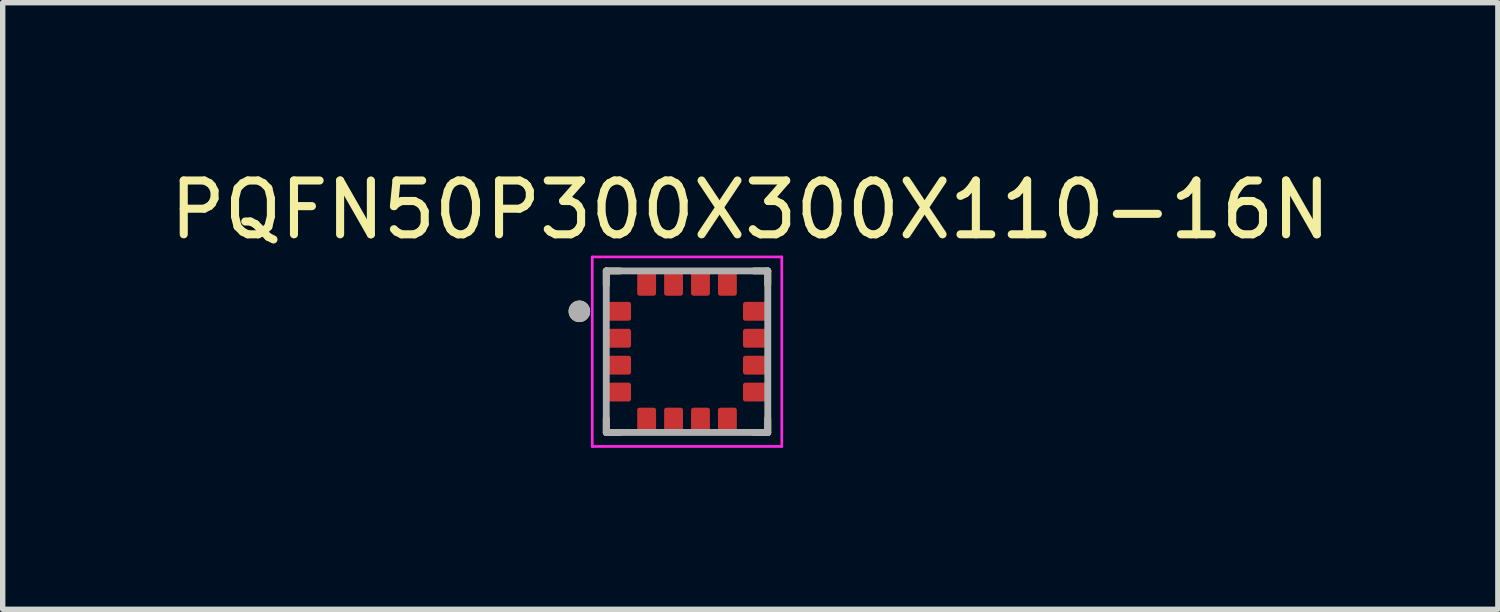
<source format=kicad_pcb>
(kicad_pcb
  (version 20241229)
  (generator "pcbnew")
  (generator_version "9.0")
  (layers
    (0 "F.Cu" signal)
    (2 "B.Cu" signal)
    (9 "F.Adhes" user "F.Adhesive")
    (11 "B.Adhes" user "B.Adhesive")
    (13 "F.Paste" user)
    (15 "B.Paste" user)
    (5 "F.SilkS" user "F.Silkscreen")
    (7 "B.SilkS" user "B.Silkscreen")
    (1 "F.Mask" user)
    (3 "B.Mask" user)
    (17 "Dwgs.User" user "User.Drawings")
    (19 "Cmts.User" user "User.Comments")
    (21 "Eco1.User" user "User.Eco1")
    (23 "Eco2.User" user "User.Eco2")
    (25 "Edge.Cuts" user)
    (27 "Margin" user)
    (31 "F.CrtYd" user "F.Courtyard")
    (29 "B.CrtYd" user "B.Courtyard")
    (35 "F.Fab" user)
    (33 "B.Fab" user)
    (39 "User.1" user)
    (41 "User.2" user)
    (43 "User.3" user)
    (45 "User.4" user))
  (footprint "PQFN50P300X300X110-16N"
    (layer "F.Cu")
    (at 9.712 3.483)
    (property "Reference" "PQFN50P300X300X110-16N" (at 1.175 -2.635 0) (layer "F.SilkS") (effects (font (size 1 1) (thickness 0.15))))
    (attr smd)
    (fp_poly (pts (xy -0.99 -0.881) (xy -0.99 -0.619) (xy -0.99 -0.614) (xy -0.991 -0.609) (xy -0.991 -0.604) (xy -0.992 -0.599) (xy -0.993 -0.595) (xy -0.995 -0.59) (xy -0.996 -0.585) (xy -0.998 -0.581) (xy -1 -0.576) (xy -1.003 -0.572) (xy -1.005 -0.568) (xy -1.008 -0.564) (xy -1.011 -0.56) (xy -1.014 -0.556) (xy -1.018 -0.553) (xy -1.021 -0.549) (xy -1.025 -0.546) (xy -1.029 -0.543) (xy -1.033 -0.54) (xy -1.037 -0.538) (xy -1.041 -0.535) (xy -1.046 -0.533) (xy -1.05 -0.531) (xy -1.055 -0.53) (xy -1.06 -0.528) (xy -1.064 -0.527) (xy -1.069 -0.526) (xy -1.074 -0.526) (xy -1.079 -0.525) (xy -1.084 -0.525) (xy -1.456 -0.525) (xy -1.461 -0.525) (xy -1.466 -0.526) (xy -1.471 -0.526) (xy -1.476 -0.527) (xy -1.48 -0.528) (xy -1.485 -0.53) (xy -1.49 -0.531) (xy -1.494 -0.533) (xy -1.499 -0.535) (xy -1.503 -0.538) (xy -1.507 -0.54) (xy -1.511 -0.543) (xy -1.515 -0.546) (xy -1.519 -0.549) (xy -1.522 -0.553) (xy -1.526 -0.556) (xy -1.529 -0.56) (xy -1.532 -0.564) (xy -1.535 -0.568) (xy -1.537 -0.572) (xy -1.54 -0.576) (xy -1.542 -0.581) (xy -1.544 -0.585) (xy -1.545 -0.59) (xy -1.547 -0.595) (xy -1.548 -0.599) (xy -1.549 -0.604) (xy -1.549 -0.609) (xy -1.55 -0.614) (xy -1.55 -0.619) (xy -1.55 -0.881) (xy -1.55 -0.886) (xy -1.549 -0.891) (xy -1.549 -0.896) (xy -1.548 -0.901) (xy -1.547 -0.905) (xy -1.545 -0.91) (xy -1.544 -0.915) (xy -1.542 -0.919) (xy -1.54 -0.924) (xy -1.537 -0.928) (xy -1.535 -0.932) (xy -1.532 -0.936) (xy -1.529 -0.94) (xy -1.526 -0.944) (xy -1.522 -0.947) (xy -1.519 -0.951) (xy -1.515 -0.954) (xy -1.511 -0.957) (xy -1.507 -0.96) (xy -1.503 -0.962) (xy -1.499 -0.965) (xy -1.494 -0.967) (xy -1.49 -0.969) (xy -1.485 -0.97) (xy -1.48 -0.972) (xy -1.476 -0.973) (xy -1.471 -0.974) (xy -1.466 -0.974) (xy -1.461 -0.975) (xy -1.456 -0.975) (xy -1.084 -0.975) (xy -1.079 -0.975) (xy -1.074 -0.974) (xy -1.069 -0.974) (xy -1.064 -0.973) (xy -1.06 -0.972) (xy -1.055 -0.97) (xy -1.05 -0.969) (xy -1.046 -0.967) (xy -1.041 -0.965) (xy -1.037 -0.962) (xy -1.033 -0.96) (xy -1.029 -0.957) (xy -1.025 -0.954) (xy -1.021 -0.951) (xy -1.018 -0.947) (xy -1.014 -0.944) (xy -1.011 -0.94) (xy -1.008 -0.936) (xy -1.005 -0.932) (xy -1.003 -0.928) (xy -1 -0.924) (xy -0.998 -0.919) (xy -0.996 -0.915) (xy -0.995 -0.91) (xy -0.993 -0.905) (xy -0.992 -0.901) (xy -0.991 -0.896) (xy -0.991 -0.891) (xy -0.99 -0.886) (xy -0.99 -0.881)) (stroke (width 0.01) (type solid)) (fill yes) (layer "F.Mask"))
    (fp_poly (pts (xy -0.99 -0.381) (xy -0.99 -0.119) (xy -0.99 -0.114) (xy -0.991 -0.109) (xy -0.991 -0.104) (xy -0.992 -0.099) (xy -0.993 -0.095) (xy -0.995 -0.09) (xy -0.996 -0.085) (xy -0.998 -0.081) (xy -1 -0.076) (xy -1.003 -0.072) (xy -1.005 -0.068) (xy -1.008 -0.064) (xy -1.011 -0.06) (xy -1.014 -0.056) (xy -1.018 -0.053) (xy -1.021 -0.049) (xy -1.025 -0.046) (xy -1.029 -0.043) (xy -1.033 -0.04) (xy -1.037 -0.038) (xy -1.041 -0.035) (xy -1.046 -0.033) (xy -1.05 -0.031) (xy -1.055 -0.03) (xy -1.06 -0.028) (xy -1.064 -0.027) (xy -1.069 -0.026) (xy -1.074 -0.026) (xy -1.079 -0.025) (xy -1.084 -0.025) (xy -1.456 -0.025) (xy -1.461 -0.025) (xy -1.466 -0.026) (xy -1.471 -0.026) (xy -1.476 -0.027) (xy -1.48 -0.028) (xy -1.485 -0.03) (xy -1.49 -0.031) (xy -1.494 -0.033) (xy -1.499 -0.035) (xy -1.503 -0.038) (xy -1.507 -0.04) (xy -1.511 -0.043) (xy -1.515 -0.046) (xy -1.519 -0.049) (xy -1.522 -0.053) (xy -1.526 -0.056) (xy -1.529 -0.06) (xy -1.532 -0.064) (xy -1.535 -0.068) (xy -1.537 -0.072) (xy -1.54 -0.076) (xy -1.542 -0.081) (xy -1.544 -0.085) (xy -1.545 -0.09) (xy -1.547 -0.095) (xy -1.548 -0.099) (xy -1.549 -0.104) (xy -1.549 -0.109) (xy -1.55 -0.114) (xy -1.55 -0.119) (xy -1.55 -0.381) (xy -1.55 -0.386) (xy -1.549 -0.391) (xy -1.549 -0.396) (xy -1.548 -0.401) (xy -1.547 -0.405) (xy -1.545 -0.41) (xy -1.544 -0.415) (xy -1.542 -0.419) (xy -1.54 -0.424) (xy -1.537 -0.428) (xy -1.535 -0.432) (xy -1.532 -0.436) (xy -1.529 -0.44) (xy -1.526 -0.444) (xy -1.522 -0.447) (xy -1.519 -0.451) (xy -1.515 -0.454) (xy -1.511 -0.457) (xy -1.507 -0.46) (xy -1.503 -0.462) (xy -1.499 -0.465) (xy -1.494 -0.467) (xy -1.49 -0.469) (xy -1.485 -0.47) (xy -1.48 -0.472) (xy -1.476 -0.473) (xy -1.471 -0.474) (xy -1.466 -0.474) (xy -1.461 -0.475) (xy -1.456 -0.475) (xy -1.084 -0.475) (xy -1.079 -0.475) (xy -1.074 -0.474) (xy -1.069 -0.474) (xy -1.064 -0.473) (xy -1.06 -0.472) (xy -1.055 -0.47) (xy -1.05 -0.469) (xy -1.046 -0.467) (xy -1.041 -0.465) (xy -1.037 -0.462) (xy -1.033 -0.46) (xy -1.029 -0.457) (xy -1.025 -0.454) (xy -1.021 -0.451) (xy -1.018 -0.447) (xy -1.014 -0.444) (xy -1.011 -0.44) (xy -1.008 -0.436) (xy -1.005 -0.432) (xy -1.003 -0.428) (xy -1 -0.424) (xy -0.998 -0.419) (xy -0.996 -0.415) (xy -0.995 -0.41) (xy -0.993 -0.405) (xy -0.992 -0.401) (xy -0.991 -0.396) (xy -0.991 -0.391) (xy -0.99 -0.386) (xy -0.99 -0.381)) (stroke (width 0.01) (type solid)) (fill yes) (layer "F.Mask"))
    (fp_poly (pts (xy -0.99 0.119) (xy -0.99 0.381) (xy -0.99 0.386) (xy -0.991 0.391) (xy -0.991 0.396) (xy -0.992 0.401) (xy -0.993 0.405) (xy -0.995 0.41) (xy -0.996 0.415) (xy -0.998 0.419) (xy -1 0.424) (xy -1.003 0.428) (xy -1.005 0.432) (xy -1.008 0.436) (xy -1.011 0.44) (xy -1.014 0.444) (xy -1.018 0.447) (xy -1.021 0.451) (xy -1.025 0.454) (xy -1.029 0.457) (xy -1.033 0.46) (xy -1.037 0.462) (xy -1.041 0.465) (xy -1.046 0.467) (xy -1.05 0.469) (xy -1.055 0.47) (xy -1.06 0.472) (xy -1.064 0.473) (xy -1.069 0.474) (xy -1.074 0.474) (xy -1.079 0.475) (xy -1.084 0.475) (xy -1.456 0.475) (xy -1.461 0.475) (xy -1.466 0.474) (xy -1.471 0.474) (xy -1.476 0.473) (xy -1.48 0.472) (xy -1.485 0.47) (xy -1.49 0.469) (xy -1.494 0.467) (xy -1.499 0.465) (xy -1.503 0.462) (xy -1.507 0.46) (xy -1.511 0.457) (xy -1.515 0.454) (xy -1.519 0.451) (xy -1.522 0.447) (xy -1.526 0.444) (xy -1.529 0.44) (xy -1.532 0.436) (xy -1.535 0.432) (xy -1.537 0.428) (xy -1.54 0.424) (xy -1.542 0.419) (xy -1.544 0.415) (xy -1.545 0.41) (xy -1.547 0.405) (xy -1.548 0.401) (xy -1.549 0.396) (xy -1.549 0.391) (xy -1.55 0.386) (xy -1.55 0.381) (xy -1.55 0.119) (xy -1.55 0.114) (xy -1.549 0.109) (xy -1.549 0.104) (xy -1.548 0.099) (xy -1.547 0.095) (xy -1.545 0.09) (xy -1.544 0.085) (xy -1.542 0.081) (xy -1.54 0.076) (xy -1.537 0.072) (xy -1.535 0.068) (xy -1.532 0.064) (xy -1.529 0.06) (xy -1.526 0.056) (xy -1.522 0.053) (xy -1.519 0.049) (xy -1.515 0.046) (xy -1.511 0.043) (xy -1.507 0.04) (xy -1.503 0.038) (xy -1.499 0.035) (xy -1.494 0.033) (xy -1.49 0.031) (xy -1.485 0.03) (xy -1.48 0.028) (xy -1.476 0.027) (xy -1.471 0.026) (xy -1.466 0.026) (xy -1.461 0.025) (xy -1.456 0.025) (xy -1.084 0.025) (xy -1.079 0.025) (xy -1.074 0.026) (xy -1.069 0.026) (xy -1.064 0.027) (xy -1.06 0.028) (xy -1.055 0.03) (xy -1.05 0.031) (xy -1.046 0.033) (xy -1.041 0.035) (xy -1.037 0.038) (xy -1.033 0.04) (xy -1.029 0.043) (xy -1.025 0.046) (xy -1.021 0.049) (xy -1.018 0.053) (xy -1.014 0.056) (xy -1.011 0.06) (xy -1.008 0.064) (xy -1.005 0.068) (xy -1.003 0.072) (xy -1 0.076) (xy -0.998 0.081) (xy -0.996 0.085) (xy -0.995 0.09) (xy -0.993 0.095) (xy -0.992 0.099) (xy -0.991 0.104) (xy -0.991 0.109) (xy -0.99 0.114) (xy -0.99 0.119)) (stroke (width 0.01) (type solid)) (fill yes) (layer "F.Mask"))
    (fp_poly (pts (xy -0.99 0.619) (xy -0.99 0.881) (xy -0.99 0.886) (xy -0.991 0.891) (xy -0.991 0.896) (xy -0.992 0.901) (xy -0.993 0.905) (xy -0.995 0.91) (xy -0.996 0.915) (xy -0.998 0.919) (xy -1 0.924) (xy -1.003 0.928) (xy -1.005 0.932) (xy -1.008 0.936) (xy -1.011 0.94) (xy -1.014 0.944) (xy -1.018 0.947) (xy -1.021 0.951) (xy -1.025 0.954) (xy -1.029 0.957) (xy -1.033 0.96) (xy -1.037 0.962) (xy -1.041 0.965) (xy -1.046 0.967) (xy -1.05 0.969) (xy -1.055 0.97) (xy -1.06 0.972) (xy -1.064 0.973) (xy -1.069 0.974) (xy -1.074 0.974) (xy -1.079 0.975) (xy -1.084 0.975) (xy -1.456 0.975) (xy -1.461 0.975) (xy -1.466 0.974) (xy -1.471 0.974) (xy -1.476 0.973) (xy -1.48 0.972) (xy -1.485 0.97) (xy -1.49 0.969) (xy -1.494 0.967) (xy -1.499 0.965) (xy -1.503 0.962) (xy -1.507 0.96) (xy -1.511 0.957) (xy -1.515 0.954) (xy -1.519 0.951) (xy -1.522 0.947) (xy -1.526 0.944) (xy -1.529 0.94) (xy -1.532 0.936) (xy -1.535 0.932) (xy -1.537 0.928) (xy -1.54 0.924) (xy -1.542 0.919) (xy -1.544 0.915) (xy -1.545 0.91) (xy -1.547 0.905) (xy -1.548 0.901) (xy -1.549 0.896) (xy -1.549 0.891) (xy -1.55 0.886) (xy -1.55 0.881) (xy -1.55 0.619) (xy -1.55 0.614) (xy -1.549 0.609) (xy -1.549 0.604) (xy -1.548 0.599) (xy -1.547 0.595) (xy -1.545 0.59) (xy -1.544 0.585) (xy -1.542 0.581) (xy -1.54 0.576) (xy -1.537 0.572) (xy -1.535 0.568) (xy -1.532 0.564) (xy -1.529 0.56) (xy -1.526 0.556) (xy -1.522 0.553) (xy -1.519 0.549) (xy -1.515 0.546) (xy -1.511 0.543) (xy -1.507 0.54) (xy -1.503 0.538) (xy -1.499 0.535) (xy -1.494 0.533) (xy -1.49 0.531) (xy -1.485 0.53) (xy -1.48 0.528) (xy -1.476 0.527) (xy -1.471 0.526) (xy -1.466 0.526) (xy -1.461 0.525) (xy -1.456 0.525) (xy -1.084 0.525) (xy -1.079 0.525) (xy -1.074 0.526) (xy -1.069 0.526) (xy -1.064 0.527) (xy -1.06 0.528) (xy -1.055 0.53) (xy -1.05 0.531) (xy -1.046 0.533) (xy -1.041 0.535) (xy -1.037 0.538) (xy -1.033 0.54) (xy -1.029 0.543) (xy -1.025 0.546) (xy -1.021 0.549) (xy -1.018 0.553) (xy -1.014 0.556) (xy -1.011 0.56) (xy -1.008 0.564) (xy -1.005 0.568) (xy -1.003 0.572) (xy -1 0.576) (xy -0.998 0.581) (xy -0.996 0.585) (xy -0.995 0.59) (xy -0.993 0.595) (xy -0.992 0.599) (xy -0.991 0.604) (xy -0.991 0.609) (xy -0.99 0.614) (xy -0.99 0.619)) (stroke (width 0.01) (type solid)) (fill yes) (layer "F.Mask"))
    (fp_poly (pts (xy -0.881 0.99) (xy -0.619 0.99) (xy -0.614 0.99) (xy -0.609 0.991) (xy -0.604 0.991) (xy -0.599 0.992) (xy -0.595 0.993) (xy -0.59 0.995) (xy -0.585 0.996) (xy -0.581 0.998) (xy -0.576 1) (xy -0.572 1.003) (xy -0.568 1.005) (xy -0.564 1.008) (xy -0.56 1.011) (xy -0.556 1.014) (xy -0.553 1.018) (xy -0.549 1.021) (xy -0.546 1.025) (xy -0.543 1.029) (xy -0.54 1.033) (xy -0.538 1.037) (xy -0.535 1.041) (xy -0.533 1.046) (xy -0.531 1.05) (xy -0.53 1.055) (xy -0.528 1.06) (xy -0.527 1.064) (xy -0.526 1.069) (xy -0.526 1.074) (xy -0.525 1.079) (xy -0.525 1.084) (xy -0.525 1.456) (xy -0.525 1.461) (xy -0.526 1.466) (xy -0.526 1.471) (xy -0.527 1.476) (xy -0.528 1.48) (xy -0.53 1.485) (xy -0.531 1.49) (xy -0.533 1.494) (xy -0.535 1.499) (xy -0.538 1.503) (xy -0.54 1.507) (xy -0.543 1.511) (xy -0.546 1.515) (xy -0.549 1.519) (xy -0.553 1.522) (xy -0.556 1.526) (xy -0.56 1.529) (xy -0.564 1.532) (xy -0.568 1.535) (xy -0.572 1.537) (xy -0.576 1.54) (xy -0.581 1.542) (xy -0.585 1.544) (xy -0.59 1.545) (xy -0.595 1.547) (xy -0.599 1.548) (xy -0.604 1.549) (xy -0.609 1.549) (xy -0.614 1.55) (xy -0.619 1.55) (xy -0.881 1.55) (xy -0.886 1.55) (xy -0.891 1.549) (xy -0.896 1.549) (xy -0.901 1.548) (xy -0.905 1.547) (xy -0.91 1.545) (xy -0.915 1.544) (xy -0.919 1.542) (xy -0.924 1.54) (xy -0.928 1.537) (xy -0.932 1.535) (xy -0.936 1.532) (xy -0.94 1.529) (xy -0.944 1.526) (xy -0.947 1.522) (xy -0.951 1.519) (xy -0.954 1.515) (xy -0.957 1.511) (xy -0.96 1.507) (xy -0.962 1.503) (xy -0.965 1.499) (xy -0.967 1.494) (xy -0.969 1.49) (xy -0.97 1.485) (xy -0.972 1.48) (xy -0.973 1.476) (xy -0.974 1.471) (xy -0.974 1.466) (xy -0.975 1.461) (xy -0.975 1.456) (xy -0.975 1.084) (xy -0.975 1.079) (xy -0.974 1.074) (xy -0.974 1.069) (xy -0.973 1.064) (xy -0.972 1.06) (xy -0.97 1.055) (xy -0.969 1.05) (xy -0.967 1.046) (xy -0.965 1.041) (xy -0.962 1.037) (xy -0.96 1.033) (xy -0.957 1.029) (xy -0.954 1.025) (xy -0.951 1.021) (xy -0.947 1.018) (xy -0.944 1.014) (xy -0.94 1.011) (xy -0.936 1.008) (xy -0.932 1.005) (xy -0.928 1.003) (xy -0.924 1) (xy -0.919 0.998) (xy -0.915 0.996) (xy -0.91 0.995) (xy -0.905 0.993) (xy -0.901 0.992) (xy -0.896 0.991) (xy -0.891 0.991) (xy -0.886 0.99) (xy -0.881 0.99)) (stroke (width 0.01) (type solid)) (fill yes) (layer "F.Mask"))
    (fp_poly (pts (xy -0.619 -0.99) (xy -0.881 -0.99) (xy -0.886 -0.99) (xy -0.891 -0.991) (xy -0.896 -0.991) (xy -0.901 -0.992) (xy -0.905 -0.993) (xy -0.91 -0.995) (xy -0.915 -0.996) (xy -0.919 -0.998) (xy -0.924 -1) (xy -0.928 -1.003) (xy -0.932 -1.005) (xy -0.936 -1.008) (xy -0.94 -1.011) (xy -0.944 -1.014) (xy -0.947 -1.018) (xy -0.951 -1.021) (xy -0.954 -1.025) (xy -0.957 -1.029) (xy -0.96 -1.033) (xy -0.962 -1.037) (xy -0.965 -1.041) (xy -0.967 -1.046) (xy -0.969 -1.05) (xy -0.97 -1.055) (xy -0.972 -1.06) (xy -0.973 -1.064) (xy -0.974 -1.069) (xy -0.974 -1.074) (xy -0.975 -1.079) (xy -0.975 -1.084) (xy -0.975 -1.456) (xy -0.975 -1.461) (xy -0.974 -1.466) (xy -0.974 -1.471) (xy -0.973 -1.476) (xy -0.972 -1.48) (xy -0.97 -1.485) (xy -0.969 -1.49) (xy -0.967 -1.494) (xy -0.965 -1.499) (xy -0.962 -1.503) (xy -0.96 -1.507) (xy -0.957 -1.511) (xy -0.954 -1.515) (xy -0.951 -1.519) (xy -0.947 -1.522) (xy -0.944 -1.526) (xy -0.94 -1.529) (xy -0.936 -1.532) (xy -0.932 -1.535) (xy -0.928 -1.537) (xy -0.924 -1.54) (xy -0.919 -1.542) (xy -0.915 -1.544) (xy -0.91 -1.545) (xy -0.905 -1.547) (xy -0.901 -1.548) (xy -0.896 -1.549) (xy -0.891 -1.549) (xy -0.886 -1.55) (xy -0.881 -1.55) (xy -0.619 -1.55) (xy -0.614 -1.55) (xy -0.609 -1.549) (xy -0.604 -1.549) (xy -0.599 -1.548) (xy -0.595 -1.547) (xy -0.59 -1.545) (xy -0.585 -1.544) (xy -0.581 -1.542) (xy -0.576 -1.54) (xy -0.572 -1.537) (xy -0.568 -1.535) (xy -0.564 -1.532) (xy -0.56 -1.529) (xy -0.556 -1.526) (xy -0.553 -1.522) (xy -0.549 -1.519) (xy -0.546 -1.515) (xy -0.543 -1.511) (xy -0.54 -1.507) (xy -0.538 -1.503) (xy -0.535 -1.499) (xy -0.533 -1.494) (xy -0.531 -1.49) (xy -0.53 -1.485) (xy -0.528 -1.48) (xy -0.527 -1.476) (xy -0.526 -1.471) (xy -0.526 -1.466) (xy -0.525 -1.461) (xy -0.525 -1.456) (xy -0.525 -1.084) (xy -0.525 -1.079) (xy -0.526 -1.074) (xy -0.526 -1.069) (xy -0.527 -1.064) (xy -0.528 -1.06) (xy -0.53 -1.055) (xy -0.531 -1.05) (xy -0.533 -1.046) (xy -0.535 -1.041) (xy -0.538 -1.037) (xy -0.54 -1.033) (xy -0.543 -1.029) (xy -0.546 -1.025) (xy -0.549 -1.021) (xy -0.553 -1.018) (xy -0.556 -1.014) (xy -0.56 -1.011) (xy -0.564 -1.008) (xy -0.568 -1.005) (xy -0.572 -1.003) (xy -0.576 -1) (xy -0.581 -0.998) (xy -0.585 -0.996) (xy -0.59 -0.995) (xy -0.595 -0.993) (xy -0.599 -0.992) (xy -0.604 -0.991) (xy -0.609 -0.991) (xy -0.614 -0.99) (xy -0.619 -0.99)) (stroke (width 0.01) (type solid)) (fill yes) (layer "F.Mask"))
    (fp_poly (pts (xy -0.381 0.99) (xy -0.119 0.99) (xy -0.114 0.99) (xy -0.109 0.991) (xy -0.104 0.991) (xy -0.099 0.992) (xy -0.095 0.993) (xy -0.09 0.995) (xy -0.085 0.996) (xy -0.081 0.998) (xy -0.076 1) (xy -0.072 1.003) (xy -0.068 1.005) (xy -0.064 1.008) (xy -0.06 1.011) (xy -0.056 1.014) (xy -0.053 1.018) (xy -0.049 1.021) (xy -0.046 1.025) (xy -0.043 1.029) (xy -0.04 1.033) (xy -0.038 1.037) (xy -0.035 1.041) (xy -0.033 1.046) (xy -0.031 1.05) (xy -0.03 1.055) (xy -0.028 1.06) (xy -0.027 1.064) (xy -0.026 1.069) (xy -0.026 1.074) (xy -0.025 1.079) (xy -0.025 1.084) (xy -0.025 1.456) (xy -0.025 1.461) (xy -0.026 1.466) (xy -0.026 1.471) (xy -0.027 1.476) (xy -0.028 1.48) (xy -0.03 1.485) (xy -0.031 1.49) (xy -0.033 1.494) (xy -0.035 1.499) (xy -0.038 1.503) (xy -0.04 1.507) (xy -0.043 1.511) (xy -0.046 1.515) (xy -0.049 1.519) (xy -0.053 1.522) (xy -0.056 1.526) (xy -0.06 1.529) (xy -0.064 1.532) (xy -0.068 1.535) (xy -0.072 1.537) (xy -0.076 1.54) (xy -0.081 1.542) (xy -0.085 1.544) (xy -0.09 1.545) (xy -0.095 1.547) (xy -0.099 1.548) (xy -0.104 1.549) (xy -0.109 1.549) (xy -0.114 1.55) (xy -0.119 1.55) (xy -0.381 1.55) (xy -0.386 1.55) (xy -0.391 1.549) (xy -0.396 1.549) (xy -0.401 1.548) (xy -0.405 1.547) (xy -0.41 1.545) (xy -0.415 1.544) (xy -0.419 1.542) (xy -0.424 1.54) (xy -0.428 1.537) (xy -0.432 1.535) (xy -0.436 1.532) (xy -0.44 1.529) (xy -0.444 1.526) (xy -0.447 1.522) (xy -0.451 1.519) (xy -0.454 1.515) (xy -0.457 1.511) (xy -0.46 1.507) (xy -0.462 1.503) (xy -0.465 1.499) (xy -0.467 1.494) (xy -0.469 1.49) (xy -0.47 1.485) (xy -0.472 1.48) (xy -0.473 1.476) (xy -0.474 1.471) (xy -0.474 1.466) (xy -0.475 1.461) (xy -0.475 1.456) (xy -0.475 1.084) (xy -0.475 1.079) (xy -0.474 1.074) (xy -0.474 1.069) (xy -0.473 1.064) (xy -0.472 1.06) (xy -0.47 1.055) (xy -0.469 1.05) (xy -0.467 1.046) (xy -0.465 1.041) (xy -0.462 1.037) (xy -0.46 1.033) (xy -0.457 1.029) (xy -0.454 1.025) (xy -0.451 1.021) (xy -0.447 1.018) (xy -0.444 1.014) (xy -0.44 1.011) (xy -0.436 1.008) (xy -0.432 1.005) (xy -0.428 1.003) (xy -0.424 1) (xy -0.419 0.998) (xy -0.415 0.996) (xy -0.41 0.995) (xy -0.405 0.993) (xy -0.401 0.992) (xy -0.396 0.991) (xy -0.391 0.991) (xy -0.386 0.99) (xy -0.381 0.99)) (stroke (width 0.01) (type solid)) (fill yes) (layer "F.Mask"))
    (fp_poly (pts (xy -0.119 -0.99) (xy -0.381 -0.99) (xy -0.386 -0.99) (xy -0.391 -0.991) (xy -0.396 -0.991) (xy -0.401 -0.992) (xy -0.405 -0.993) (xy -0.41 -0.995) (xy -0.415 -0.996) (xy -0.419 -0.998) (xy -0.424 -1) (xy -0.428 -1.003) (xy -0.432 -1.005) (xy -0.436 -1.008) (xy -0.44 -1.011) (xy -0.444 -1.014) (xy -0.447 -1.018) (xy -0.451 -1.021) (xy -0.454 -1.025) (xy -0.457 -1.029) (xy -0.46 -1.033) (xy -0.462 -1.037) (xy -0.465 -1.041) (xy -0.467 -1.046) (xy -0.469 -1.05) (xy -0.47 -1.055) (xy -0.472 -1.06) (xy -0.473 -1.064) (xy -0.474 -1.069) (xy -0.474 -1.074) (xy -0.475 -1.079) (xy -0.475 -1.084) (xy -0.475 -1.456) (xy -0.475 -1.461) (xy -0.474 -1.466) (xy -0.474 -1.471) (xy -0.473 -1.476) (xy -0.472 -1.48) (xy -0.47 -1.485) (xy -0.469 -1.49) (xy -0.467 -1.494) (xy -0.465 -1.499) (xy -0.462 -1.503) (xy -0.46 -1.507) (xy -0.457 -1.511) (xy -0.454 -1.515) (xy -0.451 -1.519) (xy -0.447 -1.522) (xy -0.444 -1.526) (xy -0.44 -1.529) (xy -0.436 -1.532) (xy -0.432 -1.535) (xy -0.428 -1.537) (xy -0.424 -1.54) (xy -0.419 -1.542) (xy -0.415 -1.544) (xy -0.41 -1.545) (xy -0.405 -1.547) (xy -0.401 -1.548) (xy -0.396 -1.549) (xy -0.391 -1.549) (xy -0.386 -1.55) (xy -0.381 -1.55) (xy -0.119 -1.55) (xy -0.114 -1.55) (xy -0.109 -1.549) (xy -0.104 -1.549) (xy -0.099 -1.548) (xy -0.095 -1.547) (xy -0.09 -1.545) (xy -0.085 -1.544) (xy -0.081 -1.542) (xy -0.076 -1.54) (xy -0.072 -1.537) (xy -0.068 -1.535) (xy -0.064 -1.532) (xy -0.06 -1.529) (xy -0.056 -1.526) (xy -0.053 -1.522) (xy -0.049 -1.519) (xy -0.046 -1.515) (xy -0.043 -1.511) (xy -0.04 -1.507) (xy -0.038 -1.503) (xy -0.035 -1.499) (xy -0.033 -1.494) (xy -0.031 -1.49) (xy -0.03 -1.485) (xy -0.028 -1.48) (xy -0.027 -1.476) (xy -0.026 -1.471) (xy -0.026 -1.466) (xy -0.025 -1.461) (xy -0.025 -1.456) (xy -0.025 -1.084) (xy -0.025 -1.079) (xy -0.026 -1.074) (xy -0.026 -1.069) (xy -0.027 -1.064) (xy -0.028 -1.06) (xy -0.03 -1.055) (xy -0.031 -1.05) (xy -0.033 -1.046) (xy -0.035 -1.041) (xy -0.038 -1.037) (xy -0.04 -1.033) (xy -0.043 -1.029) (xy -0.046 -1.025) (xy -0.049 -1.021) (xy -0.053 -1.018) (xy -0.056 -1.014) (xy -0.06 -1.011) (xy -0.064 -1.008) (xy -0.068 -1.005) (xy -0.072 -1.003) (xy -0.076 -1) (xy -0.081 -0.998) (xy -0.085 -0.996) (xy -0.09 -0.995) (xy -0.095 -0.993) (xy -0.099 -0.992) (xy -0.104 -0.991) (xy -0.109 -0.991) (xy -0.114 -0.99) (xy -0.119 -0.99)) (stroke (width 0.01) (type solid)) (fill yes) (layer "F.Mask"))
    (fp_poly (pts (xy 0.119 0.99) (xy 0.381 0.99) (xy 0.386 0.99) (xy 0.391 0.991) (xy 0.396 0.991) (xy 0.401 0.992) (xy 0.405 0.993) (xy 0.41 0.995) (xy 0.415 0.996) (xy 0.419 0.998) (xy 0.424 1) (xy 0.428 1.003) (xy 0.432 1.005) (xy 0.436 1.008) (xy 0.44 1.011) (xy 0.444 1.014) (xy 0.447 1.018) (xy 0.451 1.021) (xy 0.454 1.025) (xy 0.457 1.029) (xy 0.46 1.033) (xy 0.462 1.037) (xy 0.465 1.041) (xy 0.467 1.046) (xy 0.469 1.05) (xy 0.47 1.055) (xy 0.472 1.06) (xy 0.473 1.064) (xy 0.474 1.069) (xy 0.474 1.074) (xy 0.475 1.079) (xy 0.475 1.084) (xy 0.475 1.456) (xy 0.475 1.461) (xy 0.474 1.466) (xy 0.474 1.471) (xy 0.473 1.476) (xy 0.472 1.48) (xy 0.47 1.485) (xy 0.469 1.49) (xy 0.467 1.494) (xy 0.465 1.499) (xy 0.462 1.503) (xy 0.46 1.507) (xy 0.457 1.511) (xy 0.454 1.515) (xy 0.451 1.519) (xy 0.447 1.522) (xy 0.444 1.526) (xy 0.44 1.529) (xy 0.436 1.532) (xy 0.432 1.535) (xy 0.428 1.537) (xy 0.424 1.54) (xy 0.419 1.542) (xy 0.415 1.544) (xy 0.41 1.545) (xy 0.405 1.547) (xy 0.401 1.548) (xy 0.396 1.549) (xy 0.391 1.549) (xy 0.386 1.55) (xy 0.381 1.55) (xy 0.119 1.55) (xy 0.114 1.55) (xy 0.109 1.549) (xy 0.104 1.549) (xy 0.099 1.548) (xy 0.095 1.547) (xy 0.09 1.545) (xy 0.085 1.544) (xy 0.081 1.542) (xy 0.076 1.54) (xy 0.072 1.537) (xy 0.068 1.535) (xy 0.064 1.532) (xy 0.06 1.529) (xy 0.056 1.526) (xy 0.053 1.522) (xy 0.049 1.519) (xy 0.046 1.515) (xy 0.043 1.511) (xy 0.04 1.507) (xy 0.038 1.503) (xy 0.035 1.499) (xy 0.033 1.494) (xy 0.031 1.49) (xy 0.03 1.485) (xy 0.028 1.48) (xy 0.027 1.476) (xy 0.026 1.471) (xy 0.026 1.466) (xy 0.025 1.461) (xy 0.025 1.456) (xy 0.025 1.084) (xy 0.025 1.079) (xy 0.026 1.074) (xy 0.026 1.069) (xy 0.027 1.064) (xy 0.028 1.06) (xy 0.03 1.055) (xy 0.031 1.05) (xy 0.033 1.046) (xy 0.035 1.041) (xy 0.038 1.037) (xy 0.04 1.033) (xy 0.043 1.029) (xy 0.046 1.025) (xy 0.049 1.021) (xy 0.053 1.018) (xy 0.056 1.014) (xy 0.06 1.011) (xy 0.064 1.008) (xy 0.068 1.005) (xy 0.072 1.003) (xy 0.076 1) (xy 0.081 0.998) (xy 0.085 0.996) (xy 0.09 0.995) (xy 0.095 0.993) (xy 0.099 0.992) (xy 0.104 0.991) (xy 0.109 0.991) (xy 0.114 0.99) (xy 0.119 0.99)) (stroke (width 0.01) (type solid)) (fill yes) (layer "F.Mask"))
    (fp_poly (pts (xy 0.381 -0.99) (xy 0.119 -0.99) (xy 0.114 -0.99) (xy 0.109 -0.991) (xy 0.104 -0.991) (xy 0.099 -0.992) (xy 0.095 -0.993) (xy 0.09 -0.995) (xy 0.085 -0.996) (xy 0.081 -0.998) (xy 0.076 -1) (xy 0.072 -1.003) (xy 0.068 -1.005) (xy 0.064 -1.008) (xy 0.06 -1.011) (xy 0.056 -1.014) (xy 0.053 -1.018) (xy 0.049 -1.021) (xy 0.046 -1.025) (xy 0.043 -1.029) (xy 0.04 -1.033) (xy 0.038 -1.037) (xy 0.035 -1.041) (xy 0.033 -1.046) (xy 0.031 -1.05) (xy 0.03 -1.055) (xy 0.028 -1.06) (xy 0.027 -1.064) (xy 0.026 -1.069) (xy 0.026 -1.074) (xy 0.025 -1.079) (xy 0.025 -1.084) (xy 0.025 -1.456) (xy 0.025 -1.461) (xy 0.026 -1.466) (xy 0.026 -1.471) (xy 0.027 -1.476) (xy 0.028 -1.48) (xy 0.03 -1.485) (xy 0.031 -1.49) (xy 0.033 -1.494) (xy 0.035 -1.499) (xy 0.038 -1.503) (xy 0.04 -1.507) (xy 0.043 -1.511) (xy 0.046 -1.515) (xy 0.049 -1.519) (xy 0.053 -1.522) (xy 0.056 -1.526) (xy 0.06 -1.529) (xy 0.064 -1.532) (xy 0.068 -1.535) (xy 0.072 -1.537) (xy 0.076 -1.54) (xy 0.081 -1.542) (xy 0.085 -1.544) (xy 0.09 -1.545) (xy 0.095 -1.547) (xy 0.099 -1.548) (xy 0.104 -1.549) (xy 0.109 -1.549) (xy 0.114 -1.55) (xy 0.119 -1.55) (xy 0.381 -1.55) (xy 0.386 -1.55) (xy 0.391 -1.549) (xy 0.396 -1.549) (xy 0.401 -1.548) (xy 0.405 -1.547) (xy 0.41 -1.545) (xy 0.415 -1.544) (xy 0.419 -1.542) (xy 0.424 -1.54) (xy 0.428 -1.537) (xy 0.432 -1.535) (xy 0.436 -1.532) (xy 0.44 -1.529) (xy 0.444 -1.526) (xy 0.447 -1.522) (xy 0.451 -1.519) (xy 0.454 -1.515) (xy 0.457 -1.511) (xy 0.46 -1.507) (xy 0.462 -1.503) (xy 0.465 -1.499) (xy 0.467 -1.494) (xy 0.469 -1.49) (xy 0.47 -1.485) (xy 0.472 -1.48) (xy 0.473 -1.476) (xy 0.474 -1.471) (xy 0.474 -1.466) (xy 0.475 -1.461) (xy 0.475 -1.456) (xy 0.475 -1.084) (xy 0.475 -1.079) (xy 0.474 -1.074) (xy 0.474 -1.069) (xy 0.473 -1.064) (xy 0.472 -1.06) (xy 0.47 -1.055) (xy 0.469 -1.05) (xy 0.467 -1.046) (xy 0.465 -1.041) (xy 0.462 -1.037) (xy 0.46 -1.033) (xy 0.457 -1.029) (xy 0.454 -1.025) (xy 0.451 -1.021) (xy 0.447 -1.018) (xy 0.444 -1.014) (xy 0.44 -1.011) (xy 0.436 -1.008) (xy 0.432 -1.005) (xy 0.428 -1.003) (xy 0.424 -1) (xy 0.419 -0.998) (xy 0.415 -0.996) (xy 0.41 -0.995) (xy 0.405 -0.993) (xy 0.401 -0.992) (xy 0.396 -0.991) (xy 0.391 -0.991) (xy 0.386 -0.99) (xy 0.381 -0.99)) (stroke (width 0.01) (type solid)) (fill yes) (layer "F.Mask"))
    (fp_poly (pts (xy 0.619 0.99) (xy 0.881 0.99) (xy 0.886 0.99) (xy 0.891 0.991) (xy 0.896 0.991) (xy 0.901 0.992) (xy 0.905 0.993) (xy 0.91 0.995) (xy 0.915 0.996) (xy 0.919 0.998) (xy 0.924 1) (xy 0.928 1.003) (xy 0.932 1.005) (xy 0.936 1.008) (xy 0.94 1.011) (xy 0.944 1.014) (xy 0.947 1.018) (xy 0.951 1.021) (xy 0.954 1.025) (xy 0.957 1.029) (xy 0.96 1.033) (xy 0.962 1.037) (xy 0.965 1.041) (xy 0.967 1.046) (xy 0.969 1.05) (xy 0.97 1.055) (xy 0.972 1.06) (xy 0.973 1.064) (xy 0.974 1.069) (xy 0.974 1.074) (xy 0.975 1.079) (xy 0.975 1.084) (xy 0.975 1.456) (xy 0.975 1.461) (xy 0.974 1.466) (xy 0.974 1.471) (xy 0.973 1.476) (xy 0.972 1.48) (xy 0.97 1.485) (xy 0.969 1.49) (xy 0.967 1.494) (xy 0.965 1.499) (xy 0.962 1.503) (xy 0.96 1.507) (xy 0.957 1.511) (xy 0.954 1.515) (xy 0.951 1.519) (xy 0.947 1.522) (xy 0.944 1.526) (xy 0.94 1.529) (xy 0.936 1.532) (xy 0.932 1.535) (xy 0.928 1.537) (xy 0.924 1.54) (xy 0.919 1.542) (xy 0.915 1.544) (xy 0.91 1.545) (xy 0.905 1.547) (xy 0.901 1.548) (xy 0.896 1.549) (xy 0.891 1.549) (xy 0.886 1.55) (xy 0.881 1.55) (xy 0.619 1.55) (xy 0.614 1.55) (xy 0.609 1.549) (xy 0.604 1.549) (xy 0.599 1.548) (xy 0.595 1.547) (xy 0.59 1.545) (xy 0.585 1.544) (xy 0.581 1.542) (xy 0.576 1.54) (xy 0.572 1.537) (xy 0.568 1.535) (xy 0.564 1.532) (xy 0.56 1.529) (xy 0.556 1.526) (xy 0.553 1.522) (xy 0.549 1.519) (xy 0.546 1.515) (xy 0.543 1.511) (xy 0.54 1.507) (xy 0.538 1.503) (xy 0.535 1.499) (xy 0.533 1.494) (xy 0.531 1.49) (xy 0.53 1.485) (xy 0.528 1.48) (xy 0.527 1.476) (xy 0.526 1.471) (xy 0.526 1.466) (xy 0.525 1.461) (xy 0.525 1.456) (xy 0.525 1.084) (xy 0.525 1.079) (xy 0.526 1.074) (xy 0.526 1.069) (xy 0.527 1.064) (xy 0.528 1.06) (xy 0.53 1.055) (xy 0.531 1.05) (xy 0.533 1.046) (xy 0.535 1.041) (xy 0.538 1.037) (xy 0.54 1.033) (xy 0.543 1.029) (xy 0.546 1.025) (xy 0.549 1.021) (xy 0.553 1.018) (xy 0.556 1.014) (xy 0.56 1.011) (xy 0.564 1.008) (xy 0.568 1.005) (xy 0.572 1.003) (xy 0.576 1) (xy 0.581 0.998) (xy 0.585 0.996) (xy 0.59 0.995) (xy 0.595 0.993) (xy 0.599 0.992) (xy 0.604 0.991) (xy 0.609 0.991) (xy 0.614 0.99) (xy 0.619 0.99)) (stroke (width 0.01) (type solid)) (fill yes) (layer "F.Mask"))
    (fp_poly (pts (xy 0.881 -0.99) (xy 0.619 -0.99) (xy 0.614 -0.99) (xy 0.609 -0.991) (xy 0.604 -0.991) (xy 0.599 -0.992) (xy 0.595 -0.993) (xy 0.59 -0.995) (xy 0.585 -0.996) (xy 0.581 -0.998) (xy 0.576 -1) (xy 0.572 -1.003) (xy 0.568 -1.005) (xy 0.564 -1.008) (xy 0.56 -1.011) (xy 0.556 -1.014) (xy 0.553 -1.018) (xy 0.549 -1.021) (xy 0.546 -1.025) (xy 0.543 -1.029) (xy 0.54 -1.033) (xy 0.538 -1.037) (xy 0.535 -1.041) (xy 0.533 -1.046) (xy 0.531 -1.05) (xy 0.53 -1.055) (xy 0.528 -1.06) (xy 0.527 -1.064) (xy 0.526 -1.069) (xy 0.526 -1.074) (xy 0.525 -1.079) (xy 0.525 -1.084) (xy 0.525 -1.456) (xy 0.525 -1.461) (xy 0.526 -1.466) (xy 0.526 -1.471) (xy 0.527 -1.476) (xy 0.528 -1.48) (xy 0.53 -1.485) (xy 0.531 -1.49) (xy 0.533 -1.494) (xy 0.535 -1.499) (xy 0.538 -1.503) (xy 0.54 -1.507) (xy 0.543 -1.511) (xy 0.546 -1.515) (xy 0.549 -1.519) (xy 0.553 -1.522) (xy 0.556 -1.526) (xy 0.56 -1.529) (xy 0.564 -1.532) (xy 0.568 -1.535) (xy 0.572 -1.537) (xy 0.576 -1.54) (xy 0.581 -1.542) (xy 0.585 -1.544) (xy 0.59 -1.545) (xy 0.595 -1.547) (xy 0.599 -1.548) (xy 0.604 -1.549) (xy 0.609 -1.549) (xy 0.614 -1.55) (xy 0.619 -1.55) (xy 0.881 -1.55) (xy 0.886 -1.55) (xy 0.891 -1.549) (xy 0.896 -1.549) (xy 0.901 -1.548) (xy 0.905 -1.547) (xy 0.91 -1.545) (xy 0.915 -1.544) (xy 0.919 -1.542) (xy 0.924 -1.54) (xy 0.928 -1.537) (xy 0.932 -1.535) (xy 0.936 -1.532) (xy 0.94 -1.529) (xy 0.944 -1.526) (xy 0.947 -1.522) (xy 0.951 -1.519) (xy 0.954 -1.515) (xy 0.957 -1.511) (xy 0.96 -1.507) (xy 0.962 -1.503) (xy 0.965 -1.499) (xy 0.967 -1.494) (xy 0.969 -1.49) (xy 0.97 -1.485) (xy 0.972 -1.48) (xy 0.973 -1.476) (xy 0.974 -1.471) (xy 0.974 -1.466) (xy 0.975 -1.461) (xy 0.975 -1.456) (xy 0.975 -1.084) (xy 0.975 -1.079) (xy 0.974 -1.074) (xy 0.974 -1.069) (xy 0.973 -1.064) (xy 0.972 -1.06) (xy 0.97 -1.055) (xy 0.969 -1.05) (xy 0.967 -1.046) (xy 0.965 -1.041) (xy 0.962 -1.037) (xy 0.96 -1.033) (xy 0.957 -1.029) (xy 0.954 -1.025) (xy 0.951 -1.021) (xy 0.947 -1.018) (xy 0.944 -1.014) (xy 0.94 -1.011) (xy 0.936 -1.008) (xy 0.932 -1.005) (xy 0.928 -1.003) (xy 0.924 -1) (xy 0.919 -0.998) (xy 0.915 -0.996) (xy 0.91 -0.995) (xy 0.905 -0.993) (xy 0.901 -0.992) (xy 0.896 -0.991) (xy 0.891 -0.991) (xy 0.886 -0.99) (xy 0.881 -0.99)) (stroke (width 0.01) (type solid)) (fill yes) (layer "F.Mask"))
    (fp_poly (pts (xy 0.99 -0.619) (xy 0.99 -0.881) (xy 0.99 -0.886) (xy 0.991 -0.891) (xy 0.991 -0.896) (xy 0.992 -0.901) (xy 0.993 -0.905) (xy 0.995 -0.91) (xy 0.996 -0.915) (xy 0.998 -0.919) (xy 1 -0.924) (xy 1.003 -0.928) (xy 1.005 -0.932) (xy 1.008 -0.936) (xy 1.011 -0.94) (xy 1.014 -0.944) (xy 1.018 -0.947) (xy 1.021 -0.951) (xy 1.025 -0.954) (xy 1.029 -0.957) (xy 1.033 -0.96) (xy 1.037 -0.962) (xy 1.041 -0.965) (xy 1.046 -0.967) (xy 1.05 -0.969) (xy 1.055 -0.97) (xy 1.06 -0.972) (xy 1.064 -0.973) (xy 1.069 -0.974) (xy 1.074 -0.974) (xy 1.079 -0.975) (xy 1.084 -0.975) (xy 1.456 -0.975) (xy 1.461 -0.975) (xy 1.466 -0.974) (xy 1.471 -0.974) (xy 1.476 -0.973) (xy 1.48 -0.972) (xy 1.485 -0.97) (xy 1.49 -0.969) (xy 1.494 -0.967) (xy 1.499 -0.965) (xy 1.503 -0.962) (xy 1.507 -0.96) (xy 1.511 -0.957) (xy 1.515 -0.954) (xy 1.519 -0.951) (xy 1.522 -0.947) (xy 1.526 -0.944) (xy 1.529 -0.94) (xy 1.532 -0.936) (xy 1.535 -0.932) (xy 1.537 -0.928) (xy 1.54 -0.924) (xy 1.542 -0.919) (xy 1.544 -0.915) (xy 1.545 -0.91) (xy 1.547 -0.905) (xy 1.548 -0.901) (xy 1.549 -0.896) (xy 1.549 -0.891) (xy 1.55 -0.886) (xy 1.55 -0.881) (xy 1.55 -0.619) (xy 1.55 -0.614) (xy 1.549 -0.609) (xy 1.549 -0.604) (xy 1.548 -0.599) (xy 1.547 -0.595) (xy 1.545 -0.59) (xy 1.544 -0.585) (xy 1.542 -0.581) (xy 1.54 -0.576) (xy 1.537 -0.572) (xy 1.535 -0.568) (xy 1.532 -0.564) (xy 1.529 -0.56) (xy 1.526 -0.556) (xy 1.522 -0.553) (xy 1.519 -0.549) (xy 1.515 -0.546) (xy 1.511 -0.543) (xy 1.507 -0.54) (xy 1.503 -0.538) (xy 1.499 -0.535) (xy 1.494 -0.533) (xy 1.49 -0.531) (xy 1.485 -0.53) (xy 1.48 -0.528) (xy 1.476 -0.527) (xy 1.471 -0.526) (xy 1.466 -0.526) (xy 1.461 -0.525) (xy 1.456 -0.525) (xy 1.084 -0.525) (xy 1.079 -0.525) (xy 1.074 -0.526) (xy 1.069 -0.526) (xy 1.064 -0.527) (xy 1.06 -0.528) (xy 1.055 -0.53) (xy 1.05 -0.531) (xy 1.046 -0.533) (xy 1.041 -0.535) (xy 1.037 -0.538) (xy 1.033 -0.54) (xy 1.029 -0.543) (xy 1.025 -0.546) (xy 1.021 -0.549) (xy 1.018 -0.553) (xy 1.014 -0.556) (xy 1.011 -0.56) (xy 1.008 -0.564) (xy 1.005 -0.568) (xy 1.003 -0.572) (xy 1 -0.576) (xy 0.998 -0.581) (xy 0.996 -0.585) (xy 0.995 -0.59) (xy 0.993 -0.595) (xy 0.992 -0.599) (xy 0.991 -0.604) (xy 0.991 -0.609) (xy 0.99 -0.614) (xy 0.99 -0.619)) (stroke (width 0.01) (type solid)) (fill yes) (layer "F.Mask"))
    (fp_poly (pts (xy 0.99 -0.119) (xy 0.99 -0.381) (xy 0.99 -0.386) (xy 0.991 -0.391) (xy 0.991 -0.396) (xy 0.992 -0.401) (xy 0.993 -0.405) (xy 0.995 -0.41) (xy 0.996 -0.415) (xy 0.998 -0.419) (xy 1 -0.424) (xy 1.003 -0.428) (xy 1.005 -0.432) (xy 1.008 -0.436) (xy 1.011 -0.44) (xy 1.014 -0.444) (xy 1.018 -0.447) (xy 1.021 -0.451) (xy 1.025 -0.454) (xy 1.029 -0.457) (xy 1.033 -0.46) (xy 1.037 -0.462) (xy 1.041 -0.465) (xy 1.046 -0.467) (xy 1.05 -0.469) (xy 1.055 -0.47) (xy 1.06 -0.472) (xy 1.064 -0.473) (xy 1.069 -0.474) (xy 1.074 -0.474) (xy 1.079 -0.475) (xy 1.084 -0.475) (xy 1.456 -0.475) (xy 1.461 -0.475) (xy 1.466 -0.474) (xy 1.471 -0.474) (xy 1.476 -0.473) (xy 1.48 -0.472) (xy 1.485 -0.47) (xy 1.49 -0.469) (xy 1.494 -0.467) (xy 1.499 -0.465) (xy 1.503 -0.462) (xy 1.507 -0.46) (xy 1.511 -0.457) (xy 1.515 -0.454) (xy 1.519 -0.451) (xy 1.522 -0.447) (xy 1.526 -0.444) (xy 1.529 -0.44) (xy 1.532 -0.436) (xy 1.535 -0.432) (xy 1.537 -0.428) (xy 1.54 -0.424) (xy 1.542 -0.419) (xy 1.544 -0.415) (xy 1.545 -0.41) (xy 1.547 -0.405) (xy 1.548 -0.401) (xy 1.549 -0.396) (xy 1.549 -0.391) (xy 1.55 -0.386) (xy 1.55 -0.381) (xy 1.55 -0.119) (xy 1.55 -0.114) (xy 1.549 -0.109) (xy 1.549 -0.104) (xy 1.548 -0.099) (xy 1.547 -0.095) (xy 1.545 -0.09) (xy 1.544 -0.085) (xy 1.542 -0.081) (xy 1.54 -0.076) (xy 1.537 -0.072) (xy 1.535 -0.068) (xy 1.532 -0.064) (xy 1.529 -0.06) (xy 1.526 -0.056) (xy 1.522 -0.053) (xy 1.519 -0.049) (xy 1.515 -0.046) (xy 1.511 -0.043) (xy 1.507 -0.04) (xy 1.503 -0.038) (xy 1.499 -0.035) (xy 1.494 -0.033) (xy 1.49 -0.031) (xy 1.485 -0.03) (xy 1.48 -0.028) (xy 1.476 -0.027) (xy 1.471 -0.026) (xy 1.466 -0.026) (xy 1.461 -0.025) (xy 1.456 -0.025) (xy 1.084 -0.025) (xy 1.079 -0.025) (xy 1.074 -0.026) (xy 1.069 -0.026) (xy 1.064 -0.027) (xy 1.06 -0.028) (xy 1.055 -0.03) (xy 1.05 -0.031) (xy 1.046 -0.033) (xy 1.041 -0.035) (xy 1.037 -0.038) (xy 1.033 -0.04) (xy 1.029 -0.043) (xy 1.025 -0.046) (xy 1.021 -0.049) (xy 1.018 -0.053) (xy 1.014 -0.056) (xy 1.011 -0.06) (xy 1.008 -0.064) (xy 1.005 -0.068) (xy 1.003 -0.072) (xy 1 -0.076) (xy 0.998 -0.081) (xy 0.996 -0.085) (xy 0.995 -0.09) (xy 0.993 -0.095) (xy 0.992 -0.099) (xy 0.991 -0.104) (xy 0.991 -0.109) (xy 0.99 -0.114) (xy 0.99 -0.119)) (stroke (width 0.01) (type solid)) (fill yes) (layer "F.Mask"))
    (fp_poly (pts (xy 0.99 0.381) (xy 0.99 0.119) (xy 0.99 0.114) (xy 0.991 0.109) (xy 0.991 0.104) (xy 0.992 0.099) (xy 0.993 0.095) (xy 0.995 0.09) (xy 0.996 0.085) (xy 0.998 0.081) (xy 1 0.076) (xy 1.003 0.072) (xy 1.005 0.068) (xy 1.008 0.064) (xy 1.011 0.06) (xy 1.014 0.056) (xy 1.018 0.053) (xy 1.021 0.049) (xy 1.025 0.046) (xy 1.029 0.043) (xy 1.033 0.04) (xy 1.037 0.038) (xy 1.041 0.035) (xy 1.046 0.033) (xy 1.05 0.031) (xy 1.055 0.03) (xy 1.06 0.028) (xy 1.064 0.027) (xy 1.069 0.026) (xy 1.074 0.026) (xy 1.079 0.025) (xy 1.084 0.025) (xy 1.456 0.025) (xy 1.461 0.025) (xy 1.466 0.026) (xy 1.471 0.026) (xy 1.476 0.027) (xy 1.48 0.028) (xy 1.485 0.03) (xy 1.49 0.031) (xy 1.494 0.033) (xy 1.499 0.035) (xy 1.503 0.038) (xy 1.507 0.04) (xy 1.511 0.043) (xy 1.515 0.046) (xy 1.519 0.049) (xy 1.522 0.053) (xy 1.526 0.056) (xy 1.529 0.06) (xy 1.532 0.064) (xy 1.535 0.068) (xy 1.537 0.072) (xy 1.54 0.076) (xy 1.542 0.081) (xy 1.544 0.085) (xy 1.545 0.09) (xy 1.547 0.095) (xy 1.548 0.099) (xy 1.549 0.104) (xy 1.549 0.109) (xy 1.55 0.114) (xy 1.55 0.119) (xy 1.55 0.381) (xy 1.55 0.386) (xy 1.549 0.391) (xy 1.549 0.396) (xy 1.548 0.401) (xy 1.547 0.405) (xy 1.545 0.41) (xy 1.544 0.415) (xy 1.542 0.419) (xy 1.54 0.424) (xy 1.537 0.428) (xy 1.535 0.432) (xy 1.532 0.436) (xy 1.529 0.44) (xy 1.526 0.444) (xy 1.522 0.447) (xy 1.519 0.451) (xy 1.515 0.454) (xy 1.511 0.457) (xy 1.507 0.46) (xy 1.503 0.462) (xy 1.499 0.465) (xy 1.494 0.467) (xy 1.49 0.469) (xy 1.485 0.47) (xy 1.48 0.472) (xy 1.476 0.473) (xy 1.471 0.474) (xy 1.466 0.474) (xy 1.461 0.475) (xy 1.456 0.475) (xy 1.084 0.475) (xy 1.079 0.475) (xy 1.074 0.474) (xy 1.069 0.474) (xy 1.064 0.473) (xy 1.06 0.472) (xy 1.055 0.47) (xy 1.05 0.469) (xy 1.046 0.467) (xy 1.041 0.465) (xy 1.037 0.462) (xy 1.033 0.46) (xy 1.029 0.457) (xy 1.025 0.454) (xy 1.021 0.451) (xy 1.018 0.447) (xy 1.014 0.444) (xy 1.011 0.44) (xy 1.008 0.436) (xy 1.005 0.432) (xy 1.003 0.428) (xy 1 0.424) (xy 0.998 0.419) (xy 0.996 0.415) (xy 0.995 0.41) (xy 0.993 0.405) (xy 0.992 0.401) (xy 0.991 0.396) (xy 0.991 0.391) (xy 0.99 0.386) (xy 0.99 0.381)) (stroke (width 0.01) (type solid)) (fill yes) (layer "F.Mask"))
    (fp_poly (pts (xy 0.99 0.881) (xy 0.99 0.619) (xy 0.99 0.614) (xy 0.991 0.609) (xy 0.991 0.604) (xy 0.992 0.599) (xy 0.993 0.595) (xy 0.995 0.59) (xy 0.996 0.585) (xy 0.998 0.581) (xy 1 0.576) (xy 1.003 0.572) (xy 1.005 0.568) (xy 1.008 0.564) (xy 1.011 0.56) (xy 1.014 0.556) (xy 1.018 0.553) (xy 1.021 0.549) (xy 1.025 0.546) (xy 1.029 0.543) (xy 1.033 0.54) (xy 1.037 0.538) (xy 1.041 0.535) (xy 1.046 0.533) (xy 1.05 0.531) (xy 1.055 0.53) (xy 1.06 0.528) (xy 1.064 0.527) (xy 1.069 0.526) (xy 1.074 0.526) (xy 1.079 0.525) (xy 1.084 0.525) (xy 1.456 0.525) (xy 1.461 0.525) (xy 1.466 0.526) (xy 1.471 0.526) (xy 1.476 0.527) (xy 1.48 0.528) (xy 1.485 0.53) (xy 1.49 0.531) (xy 1.494 0.533) (xy 1.499 0.535) (xy 1.503 0.538) (xy 1.507 0.54) (xy 1.511 0.543) (xy 1.515 0.546) (xy 1.519 0.549) (xy 1.522 0.553) (xy 1.526 0.556) (xy 1.529 0.56) (xy 1.532 0.564) (xy 1.535 0.568) (xy 1.537 0.572) (xy 1.54 0.576) (xy 1.542 0.581) (xy 1.544 0.585) (xy 1.545 0.59) (xy 1.547 0.595) (xy 1.548 0.599) (xy 1.549 0.604) (xy 1.549 0.609) (xy 1.55 0.614) (xy 1.55 0.619) (xy 1.55 0.881) (xy 1.55 0.886) (xy 1.549 0.891) (xy 1.549 0.896) (xy 1.548 0.901) (xy 1.547 0.905) (xy 1.545 0.91) (xy 1.544 0.915) (xy 1.542 0.919) (xy 1.54 0.924) (xy 1.537 0.928) (xy 1.535 0.932) (xy 1.532 0.936) (xy 1.529 0.94) (xy 1.526 0.944) (xy 1.522 0.947) (xy 1.519 0.951) (xy 1.515 0.954) (xy 1.511 0.957) (xy 1.507 0.96) (xy 1.503 0.962) (xy 1.499 0.965) (xy 1.494 0.967) (xy 1.49 0.969) (xy 1.485 0.97) (xy 1.48 0.972) (xy 1.476 0.973) (xy 1.471 0.974) (xy 1.466 0.974) (xy 1.461 0.975) (xy 1.456 0.975) (xy 1.084 0.975) (xy 1.079 0.975) (xy 1.074 0.974) (xy 1.069 0.974) (xy 1.064 0.973) (xy 1.06 0.972) (xy 1.055 0.97) (xy 1.05 0.969) (xy 1.046 0.967) (xy 1.041 0.965) (xy 1.037 0.962) (xy 1.033 0.96) (xy 1.029 0.957) (xy 1.025 0.954) (xy 1.021 0.951) (xy 1.018 0.947) (xy 1.014 0.944) (xy 1.011 0.94) (xy 1.008 0.936) (xy 1.005 0.932) (xy 1.003 0.928) (xy 1 0.924) (xy 0.998 0.919) (xy 0.996 0.915) (xy 0.995 0.91) (xy 0.993 0.905) (xy 0.992 0.901) (xy 0.991 0.896) (xy 0.991 0.891) (xy 0.99 0.886) (xy 0.99 0.881)) (stroke (width 0.01) (type solid)) (fill yes) (layer "F.Mask"))
    (fp_line (start -1.5 -1.5) (end -1.5 -1.245) (stroke (width 0.127) (type solid)) (layer "F.SilkS"))
    (fp_line (start -1.5 1.245) (end -1.5 1.5) (stroke (width 0.127) (type solid)) (layer "F.SilkS"))
    (fp_line (start -1.5 1.5) (end -1.245 1.5) (stroke (width 0.127) (type solid)) (layer "F.SilkS"))
    (fp_line (start -1.245 -1.5) (end -1.5 -1.5) (stroke (width 0.127) (type solid)) (layer "F.SilkS"))
    (fp_line (start 1.245 1.5) (end 1.5 1.5) (stroke (width 0.127) (type solid)) (layer "F.SilkS"))
    (fp_line (start 1.5 -1.5) (end 1.245 -1.5) (stroke (width 0.127) (type solid)) (layer "F.SilkS"))
    (fp_line (start 1.5 -1.245) (end 1.5 -1.5) (stroke (width 0.127) (type solid)) (layer "F.SilkS"))
    (fp_line (start 1.5 1.5) (end 1.5 1.245) (stroke (width 0.127) (type solid)) (layer "F.SilkS"))
    (fp_circle (center -2 -0.75) (end -1.9 -0.75) (stroke (width 0.2) (type solid)) (fill no) (layer "F.SilkS"))
    (fp_line (start -1.76 -1.76) (end 1.76 -1.76) (stroke (width 0.05) (type solid)) (layer "F.CrtYd"))
    (fp_line (start -1.76 1.76) (end -1.76 -1.76) (stroke (width 0.05) (type solid)) (layer "F.CrtYd"))
    (fp_line (start 1.76 -1.76) (end 1.76 1.76) (stroke (width 0.05) (type solid)) (layer "F.CrtYd"))
    (fp_line (start 1.76 1.76) (end -1.76 1.76) (stroke (width 0.05) (type solid)) (layer "F.CrtYd"))
    (fp_line (start -1.5 -1.5) (end 1.5 -1.5) (stroke (width 0.127) (type solid)) (layer "F.Fab"))
    (fp_line (start -1.5 1.5) (end -1.5 -1.5) (stroke (width 0.127) (type solid)) (layer "F.Fab"))
    (fp_line (start 1.5 -1.5) (end 1.5 1.5) (stroke (width 0.127) (type solid)) (layer "F.Fab"))
    (fp_line (start 1.5 1.5) (end -1.5 1.5) (stroke (width 0.127) (type solid)) (layer "F.Fab"))
    (fp_circle (center -2 -0.75) (end -1.9 -0.75) (stroke (width 0.2) (type solid)) (fill no) (layer "F.Fab"))
    (pad "1" smd roundrect (at -1.27 -0.75) (size 0.46 0.35) (layers "F.Cu" "F.Paste") (roundrect_rratio 0.125))
    (pad "2" smd roundrect (at -1.27 -0.25) (size 0.46 0.35) (layers "F.Cu" "F.Paste") (roundrect_rratio 0.125))
    (pad "3" smd roundrect (at -1.27 0.25) (size 0.46 0.35) (layers "F.Cu" "F.Paste") (roundrect_rratio 0.125))
    (pad "4" smd roundrect (at -1.27 0.75) (size 0.46 0.35) (layers "F.Cu" "F.Paste") (roundrect_rratio 0.125))
    (pad "5" smd roundrect (at -0.75 1.27) (size 0.35 0.46) (layers "F.Cu" "F.Paste") (roundrect_rratio 0.125))
    (pad "6" smd roundrect (at -0.25 1.27) (size 0.35 0.46) (layers "F.Cu" "F.Paste") (roundrect_rratio 0.125))
    (pad "7" smd roundrect (at 0.25 1.27) (size 0.35 0.46) (layers "F.Cu" "F.Paste") (roundrect_rratio 0.125))
    (pad "8" smd roundrect (at 0.75 1.27) (size 0.35 0.46) (layers "F.Cu" "F.Paste") (roundrect_rratio 0.125))
    (pad "9" smd roundrect (at 1.27 0.75) (size 0.46 0.35) (layers "F.Cu" "F.Paste") (roundrect_rratio 0.125))
    (pad "10" smd roundrect (at 1.27 0.25) (size 0.46 0.35) (layers "F.Cu" "F.Paste") (roundrect_rratio 0.125))
    (pad "11" smd roundrect (at 1.27 -0.25) (size 0.46 0.35) (layers "F.Cu" "F.Paste") (roundrect_rratio 0.125))
    (pad "12" smd roundrect (at 1.27 -0.75) (size 0.46 0.35) (layers "F.Cu" "F.Paste") (roundrect_rratio 0.125))
    (pad "13" smd roundrect (at 0.75 -1.27) (size 0.35 0.46) (layers "F.Cu" "F.Paste") (roundrect_rratio 0.125))
    (pad "14" smd roundrect (at 0.25 -1.27) (size 0.35 0.46) (layers "F.Cu" "F.Paste") (roundrect_rratio 0.125))
    (pad "15" smd roundrect (at -0.25 -1.27) (size 0.35 0.46) (layers "F.Cu" "F.Paste") (roundrect_rratio 0.125))
    (pad "16" smd roundrect (at -0.75 -1.27) (size 0.35 0.46) (layers "F.Cu" "F.Paste") (roundrect_rratio 0.125)))
  (gr_rect
    (start -3 -3)
    (end 24.774 8.268)
    (stroke (width 0.1) (type default))
    (fill no)
    (layer "Edge.Cuts")))
</source>
